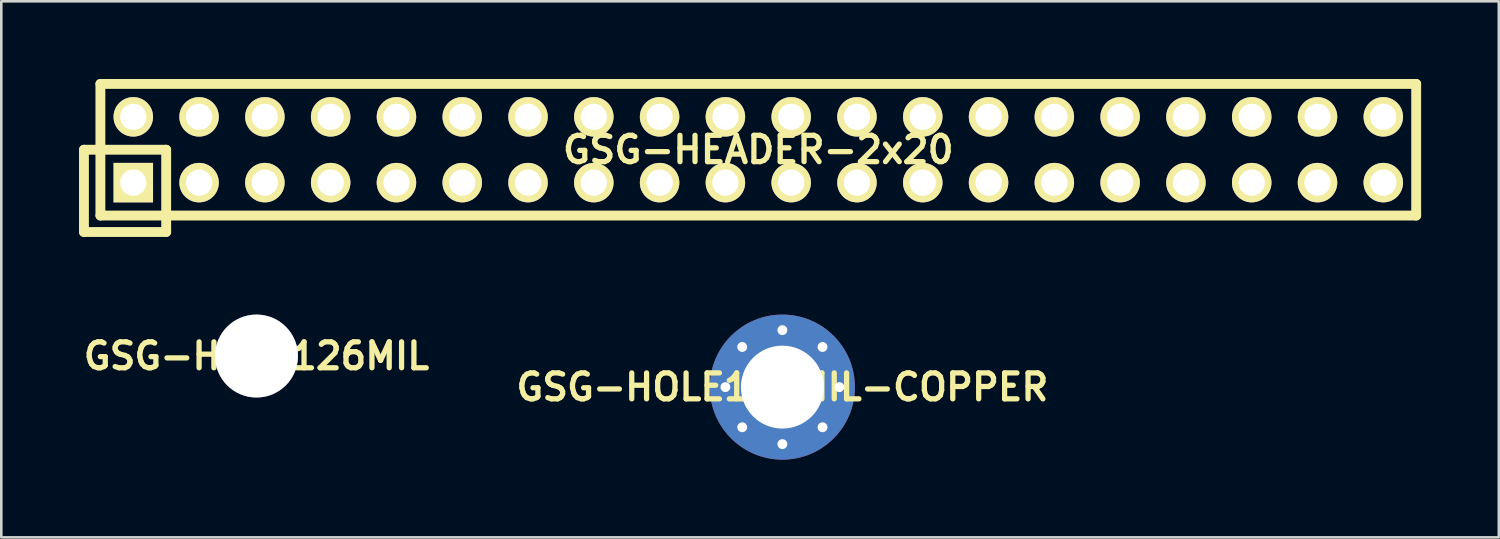
<source format=kicad_pcb>
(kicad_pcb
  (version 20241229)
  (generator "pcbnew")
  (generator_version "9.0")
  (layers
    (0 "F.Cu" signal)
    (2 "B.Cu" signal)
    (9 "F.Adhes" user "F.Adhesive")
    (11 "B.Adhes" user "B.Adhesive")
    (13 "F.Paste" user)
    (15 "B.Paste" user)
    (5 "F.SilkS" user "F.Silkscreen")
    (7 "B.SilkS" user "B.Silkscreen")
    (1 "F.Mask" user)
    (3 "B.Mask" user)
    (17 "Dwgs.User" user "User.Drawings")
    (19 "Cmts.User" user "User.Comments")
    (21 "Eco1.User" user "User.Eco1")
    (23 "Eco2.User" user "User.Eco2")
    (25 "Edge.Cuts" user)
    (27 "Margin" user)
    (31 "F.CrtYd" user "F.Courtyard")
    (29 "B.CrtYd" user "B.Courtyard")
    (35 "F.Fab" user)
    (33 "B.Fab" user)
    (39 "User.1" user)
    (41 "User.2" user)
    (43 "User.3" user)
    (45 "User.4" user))
  (footprint "GSG-HOLE126MIL"
    (layer "F.Cu")
    (at 6.853 10.696)
    (property "Reference" "GSG-HOLE126MIL" (at 0 0 0) (layer "F.SilkS") (effects (font (size 1.001 1.001) (thickness 0.203))))
    (attr through_hole)
    (pad "" thru_hole circle (at 0 0) (size 3.2 3.2) (drill 3.2) (layers "*.Cu" "*.Mask")))
  (footprint "GSG-HEADER-2x20"
    (layer "F.Cu")
    (at 26.226 2.731)
    (property "Reference" "GSG-HEADER-2x20" (at 0 0 0) (layer "F.SilkS") (effects (font (size 1.016 1.016) (thickness 0.203))))
    (attr through_hole)
    (fp_line (start -26.035 0) (end -26.035 3.175) (stroke (width 0.381) (type solid)) (layer "F.SilkS"))
    (fp_line (start -26.035 3.175) (end -22.86 3.175) (stroke (width 0.381) (type solid)) (layer "F.SilkS"))
    (fp_line (start -25.4 -2.54) (end 25.4 -2.54) (stroke (width 0.381) (type solid)) (layer "F.SilkS"))
    (fp_line (start -25.4 2.54) (end -25.4 -2.54) (stroke (width 0.381) (type solid)) (layer "F.SilkS"))
    (fp_line (start -22.86 0) (end -26.035 0) (stroke (width 0.381) (type solid)) (layer "F.SilkS"))
    (fp_line (start -22.86 3.175) (end -22.86 0) (stroke (width 0.381) (type solid)) (layer "F.SilkS"))
    (fp_line (start 25.4 -2.54) (end 25.4 2.54) (stroke (width 0.381) (type solid)) (layer "F.SilkS"))
    (fp_line (start 25.4 2.54) (end -25.4 2.54) (stroke (width 0.381) (type solid)) (layer "F.SilkS"))
    (pad "1" thru_hole rect (at -24.13 1.27) (size 1.524 1.524) (drill 1.016) (layers "*.Cu" "*.Mask" "F.SilkS"))
    (pad "2" thru_hole circle (at -24.13 -1.27) (size 1.524 1.524) (drill 1.016) (layers "*.Cu" "*.Mask" "F.SilkS"))
    (pad "3" thru_hole circle (at -21.59 1.27) (size 1.524 1.524) (drill 1.016) (layers "*.Cu" "*.Mask" "F.SilkS"))
    (pad "4" thru_hole circle (at -21.59 -1.27) (size 1.524 1.524) (drill 1.016) (layers "*.Cu" "*.Mask" "F.SilkS"))
    (pad "5" thru_hole circle (at -19.05 1.27) (size 1.524 1.524) (drill 1.016) (layers "*.Cu" "*.Mask" "F.SilkS"))
    (pad "6" thru_hole circle (at -19.05 -1.27) (size 1.524 1.524) (drill 1.016) (layers "*.Cu" "*.Mask" "F.SilkS"))
    (pad "7" thru_hole circle (at -16.51 1.27) (size 1.524 1.524) (drill 1.016) (layers "*.Cu" "*.Mask" "F.SilkS"))
    (pad "8" thru_hole circle (at -16.51 -1.27) (size 1.524 1.524) (drill 1.016) (layers "*.Cu" "*.Mask" "F.SilkS"))
    (pad "9" thru_hole circle (at -13.97 1.27) (size 1.524 1.524) (drill 1.016) (layers "*.Cu" "*.Mask" "F.SilkS"))
    (pad "10" thru_hole circle (at -13.97 -1.27) (size 1.524 1.524) (drill 1.016) (layers "*.Cu" "*.Mask" "F.SilkS"))
    (pad "11" thru_hole circle (at -11.43 1.27) (size 1.524 1.524) (drill 1.016) (layers "*.Cu" "*.Mask" "F.SilkS"))
    (pad "12" thru_hole circle (at -11.43 -1.27) (size 1.524 1.524) (drill 1.016) (layers "*.Cu" "*.Mask" "F.SilkS"))
    (pad "13" thru_hole circle (at -8.89 1.27) (size 1.524 1.524) (drill 1.016) (layers "*.Cu" "*.Mask" "F.SilkS"))
    (pad "14" thru_hole circle (at -8.89 -1.27) (size 1.524 1.524) (drill 1.016) (layers "*.Cu" "*.Mask" "F.SilkS"))
    (pad "15" thru_hole circle (at -6.35 1.27) (size 1.524 1.524) (drill 1.016) (layers "*.Cu" "*.Mask" "F.SilkS"))
    (pad "16" thru_hole circle (at -6.35 -1.27) (size 1.524 1.524) (drill 1.016) (layers "*.Cu" "*.Mask" "F.SilkS"))
    (pad "17" thru_hole circle (at -3.81 1.27) (size 1.524 1.524) (drill 1.016) (layers "*.Cu" "*.Mask" "F.SilkS"))
    (pad "18" thru_hole circle (at -3.81 -1.27) (size 1.524 1.524) (drill 1.016) (layers "*.Cu" "*.Mask" "F.SilkS"))
    (pad "19" thru_hole circle (at -1.27 1.27) (size 1.524 1.524) (drill 1.016) (layers "*.Cu" "*.Mask" "F.SilkS"))
    (pad "20" thru_hole circle (at -1.27 -1.27) (size 1.524 1.524) (drill 1.016) (layers "*.Cu" "*.Mask" "F.SilkS"))
    (pad "21" thru_hole circle (at 1.27 1.27) (size 1.524 1.524) (drill 1.016) (layers "*.Cu" "*.Mask" "F.SilkS"))
    (pad "22" thru_hole circle (at 1.27 -1.27) (size 1.524 1.524) (drill 1.016) (layers "*.Cu" "*.Mask" "F.SilkS"))
    (pad "23" thru_hole circle (at 3.81 1.27) (size 1.524 1.524) (drill 1.016) (layers "*.Cu" "*.Mask" "F.SilkS"))
    (pad "24" thru_hole circle (at 3.81 -1.27) (size 1.524 1.524) (drill 1.016) (layers "*.Cu" "*.Mask" "F.SilkS"))
    (pad "25" thru_hole circle (at 6.35 1.27) (size 1.524 1.524) (drill 1.016) (layers "*.Cu" "*.Mask" "F.SilkS"))
    (pad "26" thru_hole circle (at 6.35 -1.27) (size 1.524 1.524) (drill 1.016) (layers "*.Cu" "*.Mask" "F.SilkS"))
    (pad "27" thru_hole circle (at 8.89 1.27) (size 1.524 1.524) (drill 1.016) (layers "*.Cu" "*.Mask" "F.SilkS"))
    (pad "28" thru_hole circle (at 8.89 -1.27) (size 1.524 1.524) (drill 1.016) (layers "*.Cu" "*.Mask" "F.SilkS"))
    (pad "29" thru_hole circle (at 11.43 1.27) (size 1.524 1.524) (drill 1.016) (layers "*.Cu" "*.Mask" "F.SilkS"))
    (pad "30" thru_hole circle (at 11.43 -1.27) (size 1.524 1.524) (drill 1.016) (layers "*.Cu" "*.Mask" "F.SilkS"))
    (pad "31" thru_hole circle (at 13.97 1.27) (size 1.524 1.524) (drill 1.016) (layers "*.Cu" "*.Mask" "F.SilkS"))
    (pad "32" thru_hole circle (at 13.97 -1.27) (size 1.524 1.524) (drill 1.016) (layers "*.Cu" "*.Mask" "F.SilkS"))
    (pad "33" thru_hole circle (at 16.51 1.27) (size 1.524 1.524) (drill 1.016) (layers "*.Cu" "*.Mask" "F.SilkS"))
    (pad "34" thru_hole circle (at 16.51 -1.27) (size 1.524 1.524) (drill 1.016) (layers "*.Cu" "*.Mask" "F.SilkS"))
    (pad "35" thru_hole circle (at 19.05 1.27) (size 1.524 1.524) (drill 1.016) (layers "*.Cu" "*.Mask" "F.SilkS"))
    (pad "36" thru_hole circle (at 19.05 -1.27) (size 1.524 1.524) (drill 1.016) (layers "*.Cu" "*.Mask" "F.SilkS"))
    (pad "37" thru_hole circle (at 21.59 1.27) (size 1.524 1.524) (drill 1.016) (layers "*.Cu" "*.Mask" "F.SilkS"))
    (pad "38" thru_hole circle (at 21.59 -1.27) (size 1.524 1.524) (drill 1.016) (layers "*.Cu" "*.Mask" "F.SilkS"))
    (pad "39" thru_hole circle (at 24.13 1.27) (size 1.524 1.524) (drill 1.016) (layers "*.Cu" "*.Mask" "F.SilkS"))
    (pad "40" thru_hole circle (at 24.13 -1.27) (size 1.524 1.524) (drill 1.016) (layers "*.Cu" "*.Mask" "F.SilkS")))
  (footprint "GSG-HOLE126MIL-COPPER"
    (layer "F.Cu")
    (at 27.156 11.896)
    (property "Reference" "GSG-HOLE126MIL-COPPER" (at 0 0 0) (layer "F.SilkS") (effects (font (size 1.001 1.001) (thickness 0.203))))
    (attr through_hole)
    (pad "1" thru_hole circle (at -2.2 0) (size 0.6 0.6) (drill 0.381) (layers "*.Cu" "*.Mask"))
    (pad "1" thru_hole circle (at -1.55 -1.55) (size 0.6 0.6) (drill 0.381) (layers "*.Cu" "*.Mask"))
    (pad "1" thru_hole circle (at -1.55 1.55) (size 0.6 0.6) (drill 0.381) (layers "*.Cu" "*.Mask"))
    (pad "1" thru_hole circle (at 0 -2.2) (size 0.6 0.6) (drill 0.381) (layers "*.Cu" "*.Mask"))
    (pad "1" thru_hole circle (at 0 0) (size 5.6 5.6) (drill 3.2) (layers "*.Cu" "*.Mask"))
    (pad "1" thru_hole circle (at 0 2.2) (size 0.6 0.6) (drill 0.381) (layers "*.Cu" "*.Mask"))
    (pad "1" thru_hole circle (at 1.55 -1.55) (size 0.6 0.6) (drill 0.381) (layers "*.Cu" "*.Mask"))
    (pad "1" thru_hole circle (at 1.55 1.55) (size 0.6 0.6) (drill 0.381) (layers "*.Cu" "*.Mask"))
    (pad "1" thru_hole circle (at 2.2 0) (size 0.6 0.6) (drill 0.381) (layers "*.Cu" "*.Mask")))
  (gr_rect
    (start -3 -3)
    (end 54.816 17.696)
    (stroke (width 0.1) (type default))
    (fill no)
    (layer "Edge.Cuts")))
</source>
